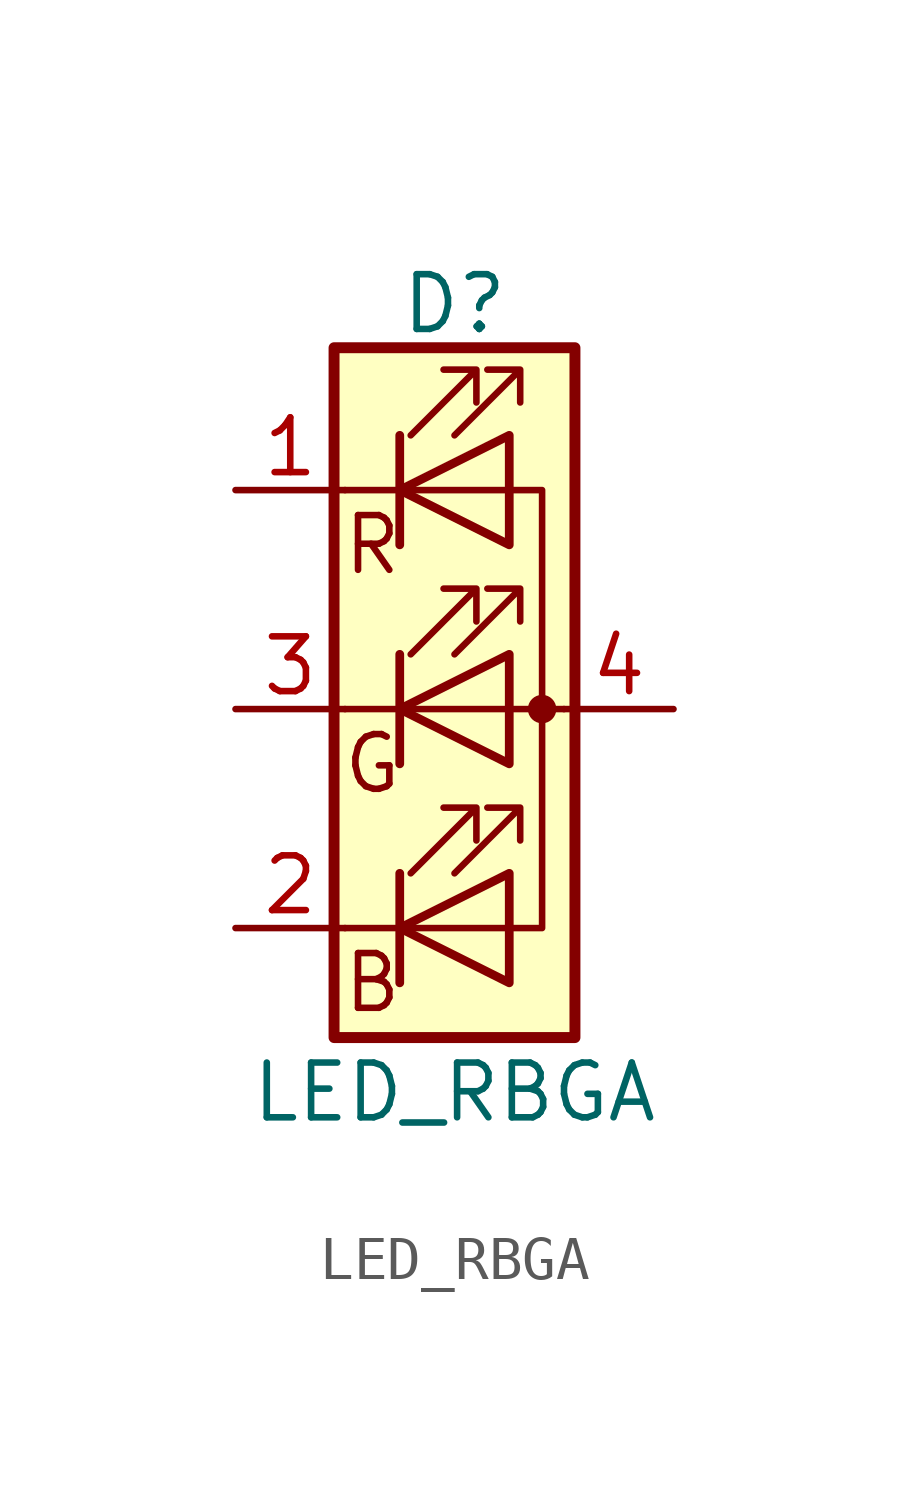
<source format=kicad_sym>
(kicad_symbol_lib
  (version 20220914)
  (generator kicad_symbol_editor)
  (symbol "LED_RBGA"
    (pin_names
      (offset 0) hide)
    (property "Reference" "D"
      (at 0 9.398 0)
      (effects (font (size 1.27 1.27))))
    (property "Value" "LED_RBGA"
      (at 0 -8.89 0)
      (effects (font (size 1.27 1.27))))
    (symbol "LED_RBGA_0_0"
      (text "B" (at -1.905 -6.35 0) (effects (font (size 1.27 1.27))))
      (text "G" (at -1.905 -1.27 0) (effects (font (size 1.27 1.27))))
      (text "R" (at -1.905 3.81 0) (effects (font (size 1.27 1.27)))))
    (symbol "LED_RBGA_0_1"
      (polyline (pts (xy -1.27 -5.08) (xy -2.54 -5.08)) (stroke (width 0) (type default)) (fill (type none)))
      (polyline (pts (xy -1.27 -5.08) (xy 1.27 -5.08)) (stroke (width 0) (type default)) (fill (type none)))
      (polyline (pts (xy -1.27 -3.81) (xy -1.27 -6.35)) (stroke (width 0) (type default)) (fill (type none)))
      (polyline (pts (xy -1.27 -3.81) (xy -1.27 -6.35)) (stroke (width 0.203) (type default)) (fill (type none)))
      (polyline (pts (xy -1.27 0) (xy -2.54 0)) (stroke (width 0) (type default)) (fill (type none)))
      (polyline (pts (xy -1.27 0) (xy 1.27 0)) (stroke (width 0) (type default)) (fill (type none)))
      (polyline (pts (xy -1.27 1.27) (xy -1.27 -1.27)) (stroke (width 0.203) (type default)) (fill (type none)))
      (polyline (pts (xy -1.27 5.08) (xy -2.54 5.08)) (stroke (width 0) (type default)) (fill (type none)))
      (polyline (pts (xy -1.27 6.35) (xy -1.27 3.81)) (stroke (width 0.203) (type default)) (fill (type none)))
      (polyline (pts (xy 1.27 0) (xy 2.54 0)) (stroke (width 0) (type default)) (fill (type none)))
      (polyline (pts (xy 1.27 5.08) (xy -1.27 5.08)) (stroke (width 0) (type default)) (fill (type none)))
      (polyline (pts (xy -1.27 1.27) (xy -1.27 -1.27) (xy -1.27 -1.27)) (stroke (width 0) (type default)) (fill (type none)))
      (polyline (pts (xy -1.27 6.35) (xy -1.27 3.81) (xy -1.27 3.81)) (stroke (width 0) (type default)) (fill (type none)))
      (polyline (pts (xy 1.27 -5.08) (xy 2.032 -5.08) (xy 2.032 5.08) (xy 1.27 5.08)) (stroke (width 0) (type default)) (fill (type none)))
      (polyline (pts (xy 1.27 -3.81) (xy 1.27 -6.35) (xy -1.27 -5.08) (xy 1.27 -3.81)) (stroke (width 0.203) (type default)) (fill (type none)))
      (polyline (pts (xy 1.27 1.27) (xy 1.27 -1.27) (xy -1.27 0) (xy 1.27 1.27)) (stroke (width 0.203) (type default)) (fill (type none)))
      (polyline (pts (xy 1.27 6.35) (xy 1.27 3.81) (xy -1.27 5.08) (xy 1.27 6.35)) (stroke (width 0.203) (type default)) (fill (type none)))
      (polyline (pts (xy -1.016 -3.81) (xy 0.508 -2.286) (xy -0.254 -2.286) (xy 0.508 -2.286) (xy 0.508 -3.048)) (stroke (width 0) (type default)) (fill (type none)))
      (polyline (pts (xy -1.016 1.27) (xy 0.508 2.794) (xy -0.254 2.794) (xy 0.508 2.794) (xy 0.508 2.032)) (stroke (width 0) (type default)) (fill (type none)))
      (polyline (pts (xy -1.016 6.35) (xy 0.508 7.874) (xy -0.254 7.874) (xy 0.508 7.874) (xy 0.508 7.112)) (stroke (width 0) (type default)) (fill (type none)))
      (polyline (pts (xy 0 -3.81) (xy 1.524 -2.286) (xy 0.762 -2.286) (xy 1.524 -2.286) (xy 1.524 -3.048)) (stroke (width 0) (type default)) (fill (type none)))
      (polyline (pts (xy 0 1.27) (xy 1.524 2.794) (xy 0.762 2.794) (xy 1.524 2.794) (xy 1.524 2.032)) (stroke (width 0) (type default)) (fill (type none)))
      (polyline (pts (xy 0 6.35) (xy 1.524 7.874) (xy 0.762 7.874) (xy 1.524 7.874) (xy 1.524 7.112)) (stroke (width 0) (type default)) (fill (type none)))
      (rectangle (start 1.27 -1.27) (end 1.27 1.27) (stroke (width 0) (type default)) (fill (type none)))
      (rectangle (start 1.27 1.27) (end 1.27 1.27) (stroke (width 0) (type default)) (fill (type none)))
      (rectangle (start 1.27 3.81) (end 1.27 6.35) (stroke (width 0) (type default)) (fill (type none)))
      (rectangle (start 1.27 6.35) (end 1.27 6.35) (stroke (width 0) (type default)) (fill (type none)))
      (circle (center 2.032 0) (radius 0.254) (stroke (width 0) (type default)) (fill (type outline)))
      (rectangle (start 2.794 8.382) (end -2.794 -7.62) (stroke (width 0.254) (type default)) (fill (type background))))
    (symbol "LED_RBGA_1_1"
      (pin passive line (at -5.08 5.08 0) (length 2.54) (name "RK" (effects (font (size 1.27 1.27)))) (number "1" (effects (font (size 1.27 1.27)))))
      (pin passive line (at -5.08 -5.08 0) (length 2.54) (name "BK" (effects (font (size 1.27 1.27)))) (number "2" (effects (font (size 1.27 1.27)))))
      (pin passive line (at -5.08 0 0) (length 2.54) (name "GK" (effects (font (size 1.27 1.27)))) (number "3" (effects (font (size 1.27 1.27)))))
      (pin passive line (at 5.08 0 180) (length 2.54) (name "A" (effects (font (size 1.27 1.27)))) (number "4" (effects (font (size 1.27 1.27))))))))
</source>
